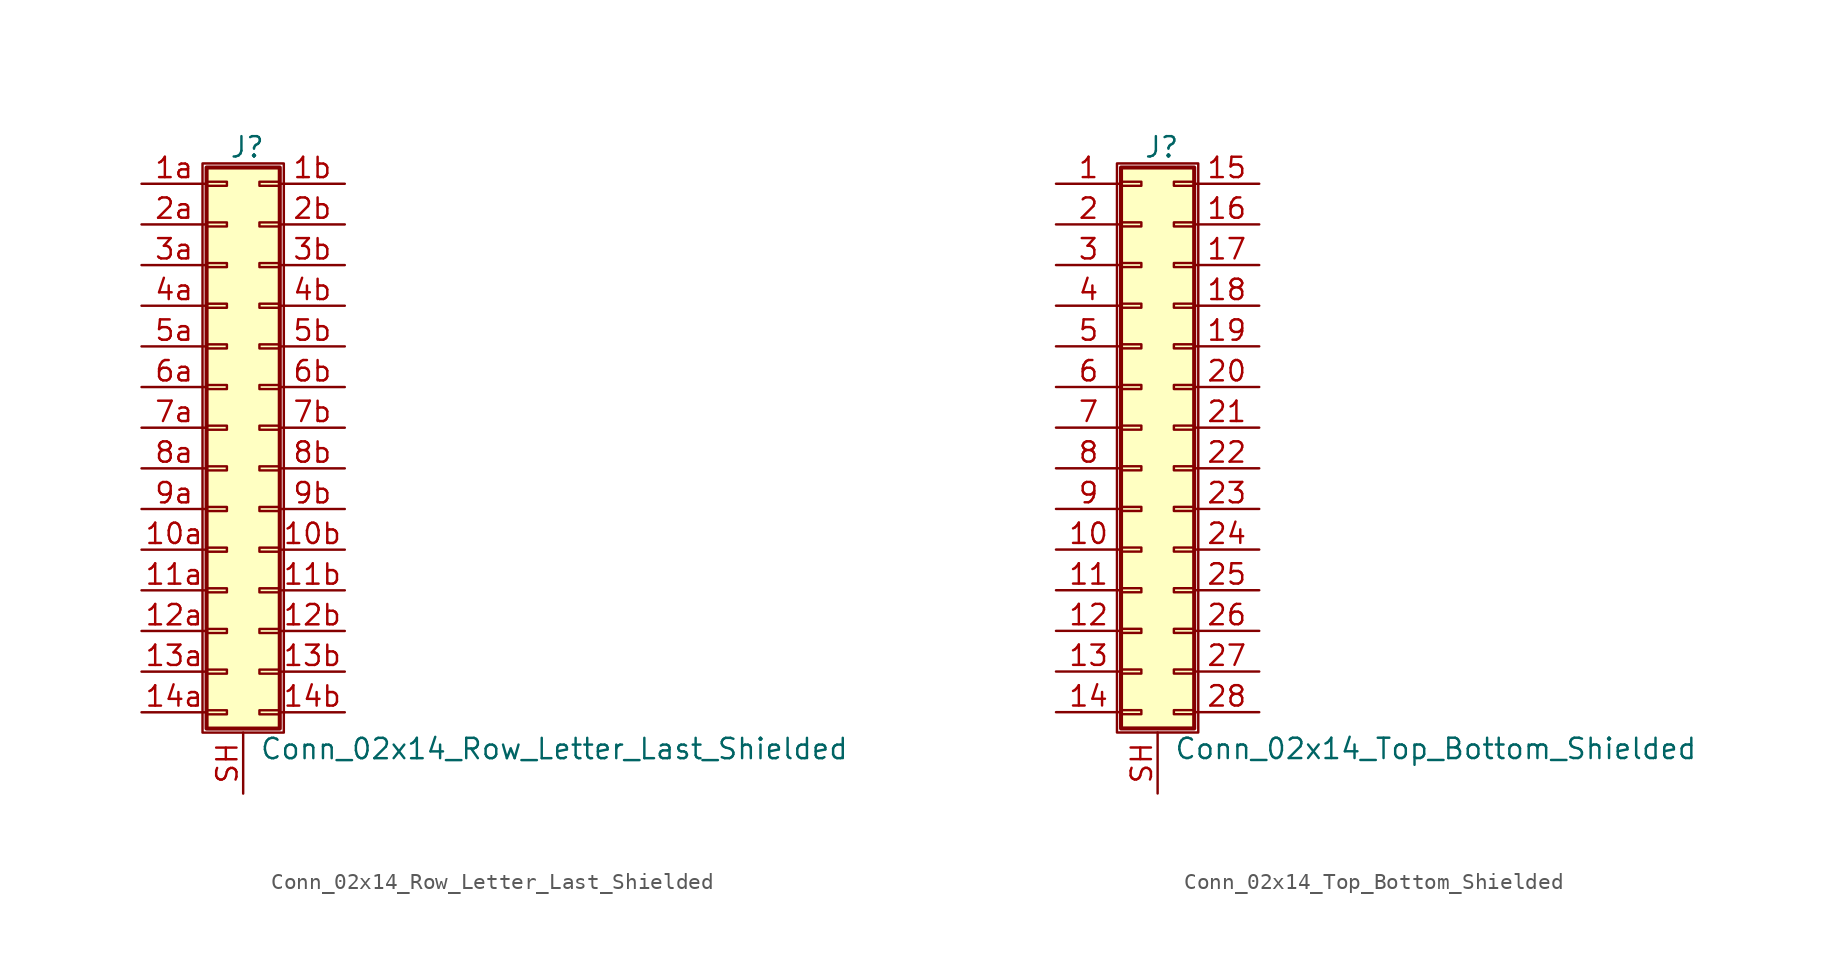
<source format=kicad_sym>
(kicad_symbol_lib
  (version 20220914)
  (generator kicad_symbol_editor)
  (symbol "Conn_02x14_Row_Letter_Last_Shielded"
    (pin_names
      (offset 1.016) hide)
    (property "Reference" "J"
      (at 1.524 17.526 0)
      (effects (font (size 1.27 1.27))))
    (property "Value" "Conn_02x14_Row_Letter_Last_Shielded"
      (at 2.286 -20.066 0)
      (effects (font (size 1.27 1.27)) (justify left)))
    (symbol "Conn_02x14_Row_Letter_Last_Shielded_1_1"
      (rectangle (start -1.27 16.51) (end 3.81 -19.05) (stroke (width 0.152) (type default)) (fill (type none)))
      (rectangle (start -1.016 -17.653) (end 0.254 -17.907) (stroke (width 0.152) (type default)) (fill (type none)))
      (rectangle (start -1.016 -15.113) (end 0.254 -15.367) (stroke (width 0.152) (type default)) (fill (type none)))
      (rectangle (start -1.016 -12.573) (end 0.254 -12.827) (stroke (width 0.152) (type default)) (fill (type none)))
      (rectangle (start -1.016 -10.033) (end 0.254 -10.287) (stroke (width 0.152) (type default)) (fill (type none)))
      (rectangle (start -1.016 -7.493) (end 0.254 -7.747) (stroke (width 0.152) (type default)) (fill (type none)))
      (rectangle (start -1.016 -4.953) (end 0.254 -5.207) (stroke (width 0.152) (type default)) (fill (type none)))
      (rectangle (start -1.016 -2.413) (end 0.254 -2.667) (stroke (width 0.152) (type default)) (fill (type none)))
      (rectangle (start -1.016 0.127) (end 0.254 -0.127) (stroke (width 0.152) (type default)) (fill (type none)))
      (rectangle (start -1.016 2.667) (end 0.254 2.413) (stroke (width 0.152) (type default)) (fill (type none)))
      (rectangle (start -1.016 5.207) (end 0.254 4.953) (stroke (width 0.152) (type default)) (fill (type none)))
      (rectangle (start -1.016 7.747) (end 0.254 7.493) (stroke (width 0.152) (type default)) (fill (type none)))
      (rectangle (start -1.016 10.287) (end 0.254 10.033) (stroke (width 0.152) (type default)) (fill (type none)))
      (rectangle (start -1.016 12.827) (end 0.254 12.573) (stroke (width 0.152) (type default)) (fill (type none)))
      (rectangle (start -1.016 15.367) (end 0.254 15.113) (stroke (width 0.152) (type default)) (fill (type none)))
      (rectangle (start -1.016 16.256) (end 3.556 -18.796) (stroke (width 0.254) (type default)) (fill (type background)))
      (rectangle (start 3.556 -17.653) (end 2.286 -17.907) (stroke (width 0.152) (type default)) (fill (type none)))
      (rectangle (start 3.556 -15.113) (end 2.286 -15.367) (stroke (width 0.152) (type default)) (fill (type none)))
      (rectangle (start 3.556 -12.573) (end 2.286 -12.827) (stroke (width 0.152) (type default)) (fill (type none)))
      (rectangle (start 3.556 -10.033) (end 2.286 -10.287) (stroke (width 0.152) (type default)) (fill (type none)))
      (rectangle (start 3.556 -7.493) (end 2.286 -7.747) (stroke (width 0.152) (type default)) (fill (type none)))
      (rectangle (start 3.556 -4.953) (end 2.286 -5.207) (stroke (width 0.152) (type default)) (fill (type none)))
      (rectangle (start 3.556 -2.413) (end 2.286 -2.667) (stroke (width 0.152) (type default)) (fill (type none)))
      (rectangle (start 3.556 0.127) (end 2.286 -0.127) (stroke (width 0.152) (type default)) (fill (type none)))
      (rectangle (start 3.556 2.667) (end 2.286 2.413) (stroke (width 0.152) (type default)) (fill (type none)))
      (rectangle (start 3.556 5.207) (end 2.286 4.953) (stroke (width 0.152) (type default)) (fill (type none)))
      (rectangle (start 3.556 7.747) (end 2.286 7.493) (stroke (width 0.152) (type default)) (fill (type none)))
      (rectangle (start 3.556 10.287) (end 2.286 10.033) (stroke (width 0.152) (type default)) (fill (type none)))
      (rectangle (start 3.556 12.827) (end 2.286 12.573) (stroke (width 0.152) (type default)) (fill (type none)))
      (rectangle (start 3.556 15.367) (end 2.286 15.113) (stroke (width 0.152) (type default)) (fill (type none)))
      (pin passive line (at -5.08 -7.62 0) (length 4.064) (name "Pin_10a" (effects (font (size 1.27 1.27)))) (number "10a" (effects (font (size 1.27 1.27)))))
      (pin passive line (at 7.62 -7.62 180) (length 4.064) (name "Pin_10b" (effects (font (size 1.27 1.27)))) (number "10b" (effects (font (size 1.27 1.27)))))
      (pin passive line (at -5.08 -10.16 0) (length 4.064) (name "Pin_11a" (effects (font (size 1.27 1.27)))) (number "11a" (effects (font (size 1.27 1.27)))))
      (pin passive line (at 7.62 -10.16 180) (length 4.064) (name "Pin_11b" (effects (font (size 1.27 1.27)))) (number "11b" (effects (font (size 1.27 1.27)))))
      (pin passive line (at -5.08 -12.7 0) (length 4.064) (name "Pin_12a" (effects (font (size 1.27 1.27)))) (number "12a" (effects (font (size 1.27 1.27)))))
      (pin passive line (at 7.62 -12.7 180) (length 4.064) (name "Pin_12b" (effects (font (size 1.27 1.27)))) (number "12b" (effects (font (size 1.27 1.27)))))
      (pin passive line (at -5.08 -15.24 0) (length 4.064) (name "Pin_13a" (effects (font (size 1.27 1.27)))) (number "13a" (effects (font (size 1.27 1.27)))))
      (pin passive line (at 7.62 -15.24 180) (length 4.064) (name "Pin_13b" (effects (font (size 1.27 1.27)))) (number "13b" (effects (font (size 1.27 1.27)))))
      (pin passive line (at -5.08 -17.78 0) (length 4.064) (name "Pin_14a" (effects (font (size 1.27 1.27)))) (number "14a" (effects (font (size 1.27 1.27)))))
      (pin passive line (at 7.62 -17.78 180) (length 4.064) (name "Pin_14b" (effects (font (size 1.27 1.27)))) (number "14b" (effects (font (size 1.27 1.27)))))
      (pin passive line (at -5.08 15.24 0) (length 4.064) (name "Pin_1a" (effects (font (size 1.27 1.27)))) (number "1a" (effects (font (size 1.27 1.27)))))
      (pin passive line (at 7.62 15.24 180) (length 4.064) (name "Pin_1b" (effects (font (size 1.27 1.27)))) (number "1b" (effects (font (size 1.27 1.27)))))
      (pin passive line (at -5.08 12.7 0) (length 4.064) (name "Pin_2a" (effects (font (size 1.27 1.27)))) (number "2a" (effects (font (size 1.27 1.27)))))
      (pin passive line (at 7.62 12.7 180) (length 4.064) (name "Pin_2b" (effects (font (size 1.27 1.27)))) (number "2b" (effects (font (size 1.27 1.27)))))
      (pin passive line (at -5.08 10.16 0) (length 4.064) (name "Pin_3a" (effects (font (size 1.27 1.27)))) (number "3a" (effects (font (size 1.27 1.27)))))
      (pin passive line (at 7.62 10.16 180) (length 4.064) (name "Pin_3b" (effects (font (size 1.27 1.27)))) (number "3b" (effects (font (size 1.27 1.27)))))
      (pin passive line (at -5.08 7.62 0) (length 4.064) (name "Pin_4a" (effects (font (size 1.27 1.27)))) (number "4a" (effects (font (size 1.27 1.27)))))
      (pin passive line (at 7.62 7.62 180) (length 4.064) (name "Pin_4b" (effects (font (size 1.27 1.27)))) (number "4b" (effects (font (size 1.27 1.27)))))
      (pin passive line (at -5.08 5.08 0) (length 4.064) (name "Pin_5a" (effects (font (size 1.27 1.27)))) (number "5a" (effects (font (size 1.27 1.27)))))
      (pin passive line (at 7.62 5.08 180) (length 4.064) (name "Pin_5b" (effects (font (size 1.27 1.27)))) (number "5b" (effects (font (size 1.27 1.27)))))
      (pin passive line (at -5.08 2.54 0) (length 4.064) (name "Pin_6a" (effects (font (size 1.27 1.27)))) (number "6a" (effects (font (size 1.27 1.27)))))
      (pin passive line (at 7.62 2.54 180) (length 4.064) (name "Pin_6b" (effects (font (size 1.27 1.27)))) (number "6b" (effects (font (size 1.27 1.27)))))
      (pin passive line (at -5.08 0 0) (length 4.064) (name "Pin_7a" (effects (font (size 1.27 1.27)))) (number "7a" (effects (font (size 1.27 1.27)))))
      (pin passive line (at 7.62 0 180) (length 4.064) (name "Pin_7b" (effects (font (size 1.27 1.27)))) (number "7b" (effects (font (size 1.27 1.27)))))
      (pin passive line (at -5.08 -2.54 0) (length 4.064) (name "Pin_8a" (effects (font (size 1.27 1.27)))) (number "8a" (effects (font (size 1.27 1.27)))))
      (pin passive line (at 7.62 -2.54 180) (length 4.064) (name "Pin_8b" (effects (font (size 1.27 1.27)))) (number "8b" (effects (font (size 1.27 1.27)))))
      (pin passive line (at -5.08 -5.08 0) (length 4.064) (name "Pin_9a" (effects (font (size 1.27 1.27)))) (number "9a" (effects (font (size 1.27 1.27)))))
      (pin passive line (at 7.62 -5.08 180) (length 4.064) (name "Pin_9b" (effects (font (size 1.27 1.27)))) (number "9b" (effects (font (size 1.27 1.27)))))
      (pin passive line (at 1.27 -22.86 90) (length 3.81) (name "Shield" (effects (font (size 1.27 1.27)))) (number "SH" (effects (font (size 1.27 1.27)))))))
  (symbol "Conn_02x14_Top_Bottom_Shielded"
    (pin_names
      (offset 1.016) hide)
    (property "Reference" "J"
      (at 1.524 17.526 0)
      (effects (font (size 1.27 1.27))))
    (property "Value" "Conn_02x14_Top_Bottom_Shielded"
      (at 2.286 -20.066 0)
      (effects (font (size 1.27 1.27)) (justify left)))
    (symbol "Conn_02x14_Top_Bottom_Shielded_1_1"
      (rectangle (start -1.27 16.51) (end 3.81 -19.05) (stroke (width 0.152) (type default)) (fill (type none)))
      (rectangle (start -1.016 -17.653) (end 0.254 -17.907) (stroke (width 0.152) (type default)) (fill (type none)))
      (rectangle (start -1.016 -15.113) (end 0.254 -15.367) (stroke (width 0.152) (type default)) (fill (type none)))
      (rectangle (start -1.016 -12.573) (end 0.254 -12.827) (stroke (width 0.152) (type default)) (fill (type none)))
      (rectangle (start -1.016 -10.033) (end 0.254 -10.287) (stroke (width 0.152) (type default)) (fill (type none)))
      (rectangle (start -1.016 -7.493) (end 0.254 -7.747) (stroke (width 0.152) (type default)) (fill (type none)))
      (rectangle (start -1.016 -4.953) (end 0.254 -5.207) (stroke (width 0.152) (type default)) (fill (type none)))
      (rectangle (start -1.016 -2.413) (end 0.254 -2.667) (stroke (width 0.152) (type default)) (fill (type none)))
      (rectangle (start -1.016 0.127) (end 0.254 -0.127) (stroke (width 0.152) (type default)) (fill (type none)))
      (rectangle (start -1.016 2.667) (end 0.254 2.413) (stroke (width 0.152) (type default)) (fill (type none)))
      (rectangle (start -1.016 5.207) (end 0.254 4.953) (stroke (width 0.152) (type default)) (fill (type none)))
      (rectangle (start -1.016 7.747) (end 0.254 7.493) (stroke (width 0.152) (type default)) (fill (type none)))
      (rectangle (start -1.016 10.287) (end 0.254 10.033) (stroke (width 0.152) (type default)) (fill (type none)))
      (rectangle (start -1.016 12.827) (end 0.254 12.573) (stroke (width 0.152) (type default)) (fill (type none)))
      (rectangle (start -1.016 15.367) (end 0.254 15.113) (stroke (width 0.152) (type default)) (fill (type none)))
      (rectangle (start -1.016 16.256) (end 3.556 -18.796) (stroke (width 0.254) (type default)) (fill (type background)))
      (rectangle (start 3.556 -17.653) (end 2.286 -17.907) (stroke (width 0.152) (type default)) (fill (type none)))
      (rectangle (start 3.556 -15.113) (end 2.286 -15.367) (stroke (width 0.152) (type default)) (fill (type none)))
      (rectangle (start 3.556 -12.573) (end 2.286 -12.827) (stroke (width 0.152) (type default)) (fill (type none)))
      (rectangle (start 3.556 -10.033) (end 2.286 -10.287) (stroke (width 0.152) (type default)) (fill (type none)))
      (rectangle (start 3.556 -7.493) (end 2.286 -7.747) (stroke (width 0.152) (type default)) (fill (type none)))
      (rectangle (start 3.556 -4.953) (end 2.286 -5.207) (stroke (width 0.152) (type default)) (fill (type none)))
      (rectangle (start 3.556 -2.413) (end 2.286 -2.667) (stroke (width 0.152) (type default)) (fill (type none)))
      (rectangle (start 3.556 0.127) (end 2.286 -0.127) (stroke (width 0.152) (type default)) (fill (type none)))
      (rectangle (start 3.556 2.667) (end 2.286 2.413) (stroke (width 0.152) (type default)) (fill (type none)))
      (rectangle (start 3.556 5.207) (end 2.286 4.953) (stroke (width 0.152) (type default)) (fill (type none)))
      (rectangle (start 3.556 7.747) (end 2.286 7.493) (stroke (width 0.152) (type default)) (fill (type none)))
      (rectangle (start 3.556 10.287) (end 2.286 10.033) (stroke (width 0.152) (type default)) (fill (type none)))
      (rectangle (start 3.556 12.827) (end 2.286 12.573) (stroke (width 0.152) (type default)) (fill (type none)))
      (rectangle (start 3.556 15.367) (end 2.286 15.113) (stroke (width 0.152) (type default)) (fill (type none)))
      (pin passive line (at -5.08 15.24 0) (length 4.064) (name "Pin_1" (effects (font (size 1.27 1.27)))) (number "1" (effects (font (size 1.27 1.27)))))
      (pin passive line (at -5.08 -7.62 0) (length 4.064) (name "Pin_10" (effects (font (size 1.27 1.27)))) (number "10" (effects (font (size 1.27 1.27)))))
      (pin passive line (at -5.08 -10.16 0) (length 4.064) (name "Pin_11" (effects (font (size 1.27 1.27)))) (number "11" (effects (font (size 1.27 1.27)))))
      (pin passive line (at -5.08 -12.7 0) (length 4.064) (name "Pin_12" (effects (font (size 1.27 1.27)))) (number "12" (effects (font (size 1.27 1.27)))))
      (pin passive line (at -5.08 -15.24 0) (length 4.064) (name "Pin_13" (effects (font (size 1.27 1.27)))) (number "13" (effects (font (size 1.27 1.27)))))
      (pin passive line (at -5.08 -17.78 0) (length 4.064) (name "Pin_14" (effects (font (size 1.27 1.27)))) (number "14" (effects (font (size 1.27 1.27)))))
      (pin passive line (at 7.62 15.24 180) (length 4.064) (name "Pin_15" (effects (font (size 1.27 1.27)))) (number "15" (effects (font (size 1.27 1.27)))))
      (pin passive line (at 7.62 12.7 180) (length 4.064) (name "Pin_16" (effects (font (size 1.27 1.27)))) (number "16" (effects (font (size 1.27 1.27)))))
      (pin passive line (at 7.62 10.16 180) (length 4.064) (name "Pin_17" (effects (font (size 1.27 1.27)))) (number "17" (effects (font (size 1.27 1.27)))))
      (pin passive line (at 7.62 7.62 180) (length 4.064) (name "Pin_18" (effects (font (size 1.27 1.27)))) (number "18" (effects (font (size 1.27 1.27)))))
      (pin passive line (at 7.62 5.08 180) (length 4.064) (name "Pin_19" (effects (font (size 1.27 1.27)))) (number "19" (effects (font (size 1.27 1.27)))))
      (pin passive line (at -5.08 12.7 0) (length 4.064) (name "Pin_2" (effects (font (size 1.27 1.27)))) (number "2" (effects (font (size 1.27 1.27)))))
      (pin passive line (at 7.62 2.54 180) (length 4.064) (name "Pin_20" (effects (font (size 1.27 1.27)))) (number "20" (effects (font (size 1.27 1.27)))))
      (pin passive line (at 7.62 0 180) (length 4.064) (name "Pin_21" (effects (font (size 1.27 1.27)))) (number "21" (effects (font (size 1.27 1.27)))))
      (pin passive line (at 7.62 -2.54 180) (length 4.064) (name "Pin_22" (effects (font (size 1.27 1.27)))) (number "22" (effects (font (size 1.27 1.27)))))
      (pin passive line (at 7.62 -5.08 180) (length 4.064) (name "Pin_23" (effects (font (size 1.27 1.27)))) (number "23" (effects (font (size 1.27 1.27)))))
      (pin passive line (at 7.62 -7.62 180) (length 4.064) (name "Pin_24" (effects (font (size 1.27 1.27)))) (number "24" (effects (font (size 1.27 1.27)))))
      (pin passive line (at 7.62 -10.16 180) (length 4.064) (name "Pin_25" (effects (font (size 1.27 1.27)))) (number "25" (effects (font (size 1.27 1.27)))))
      (pin passive line (at 7.62 -12.7 180) (length 4.064) (name "Pin_26" (effects (font (size 1.27 1.27)))) (number "26" (effects (font (size 1.27 1.27)))))
      (pin passive line (at 7.62 -15.24 180) (length 4.064) (name "Pin_27" (effects (font (size 1.27 1.27)))) (number "27" (effects (font (size 1.27 1.27)))))
      (pin passive line (at 7.62 -17.78 180) (length 4.064) (name "Pin_28" (effects (font (size 1.27 1.27)))) (number "28" (effects (font (size 1.27 1.27)))))
      (pin passive line (at -5.08 10.16 0) (length 4.064) (name "Pin_3" (effects (font (size 1.27 1.27)))) (number "3" (effects (font (size 1.27 1.27)))))
      (pin passive line (at -5.08 7.62 0) (length 4.064) (name "Pin_4" (effects (font (size 1.27 1.27)))) (number "4" (effects (font (size 1.27 1.27)))))
      (pin passive line (at -5.08 5.08 0) (length 4.064) (name "Pin_5" (effects (font (size 1.27 1.27)))) (number "5" (effects (font (size 1.27 1.27)))))
      (pin passive line (at -5.08 2.54 0) (length 4.064) (name "Pin_6" (effects (font (size 1.27 1.27)))) (number "6" (effects (font (size 1.27 1.27)))))
      (pin passive line (at -5.08 0 0) (length 4.064) (name "Pin_7" (effects (font (size 1.27 1.27)))) (number "7" (effects (font (size 1.27 1.27)))))
      (pin passive line (at -5.08 -2.54 0) (length 4.064) (name "Pin_8" (effects (font (size 1.27 1.27)))) (number "8" (effects (font (size 1.27 1.27)))))
      (pin passive line (at -5.08 -5.08 0) (length 4.064) (name "Pin_9" (effects (font (size 1.27 1.27)))) (number "9" (effects (font (size 1.27 1.27)))))
      (pin passive line (at 1.27 -22.86 90) (length 3.81) (name "Shield" (effects (font (size 1.27 1.27)))) (number "SH" (effects (font (size 1.27 1.27))))))))
</source>
